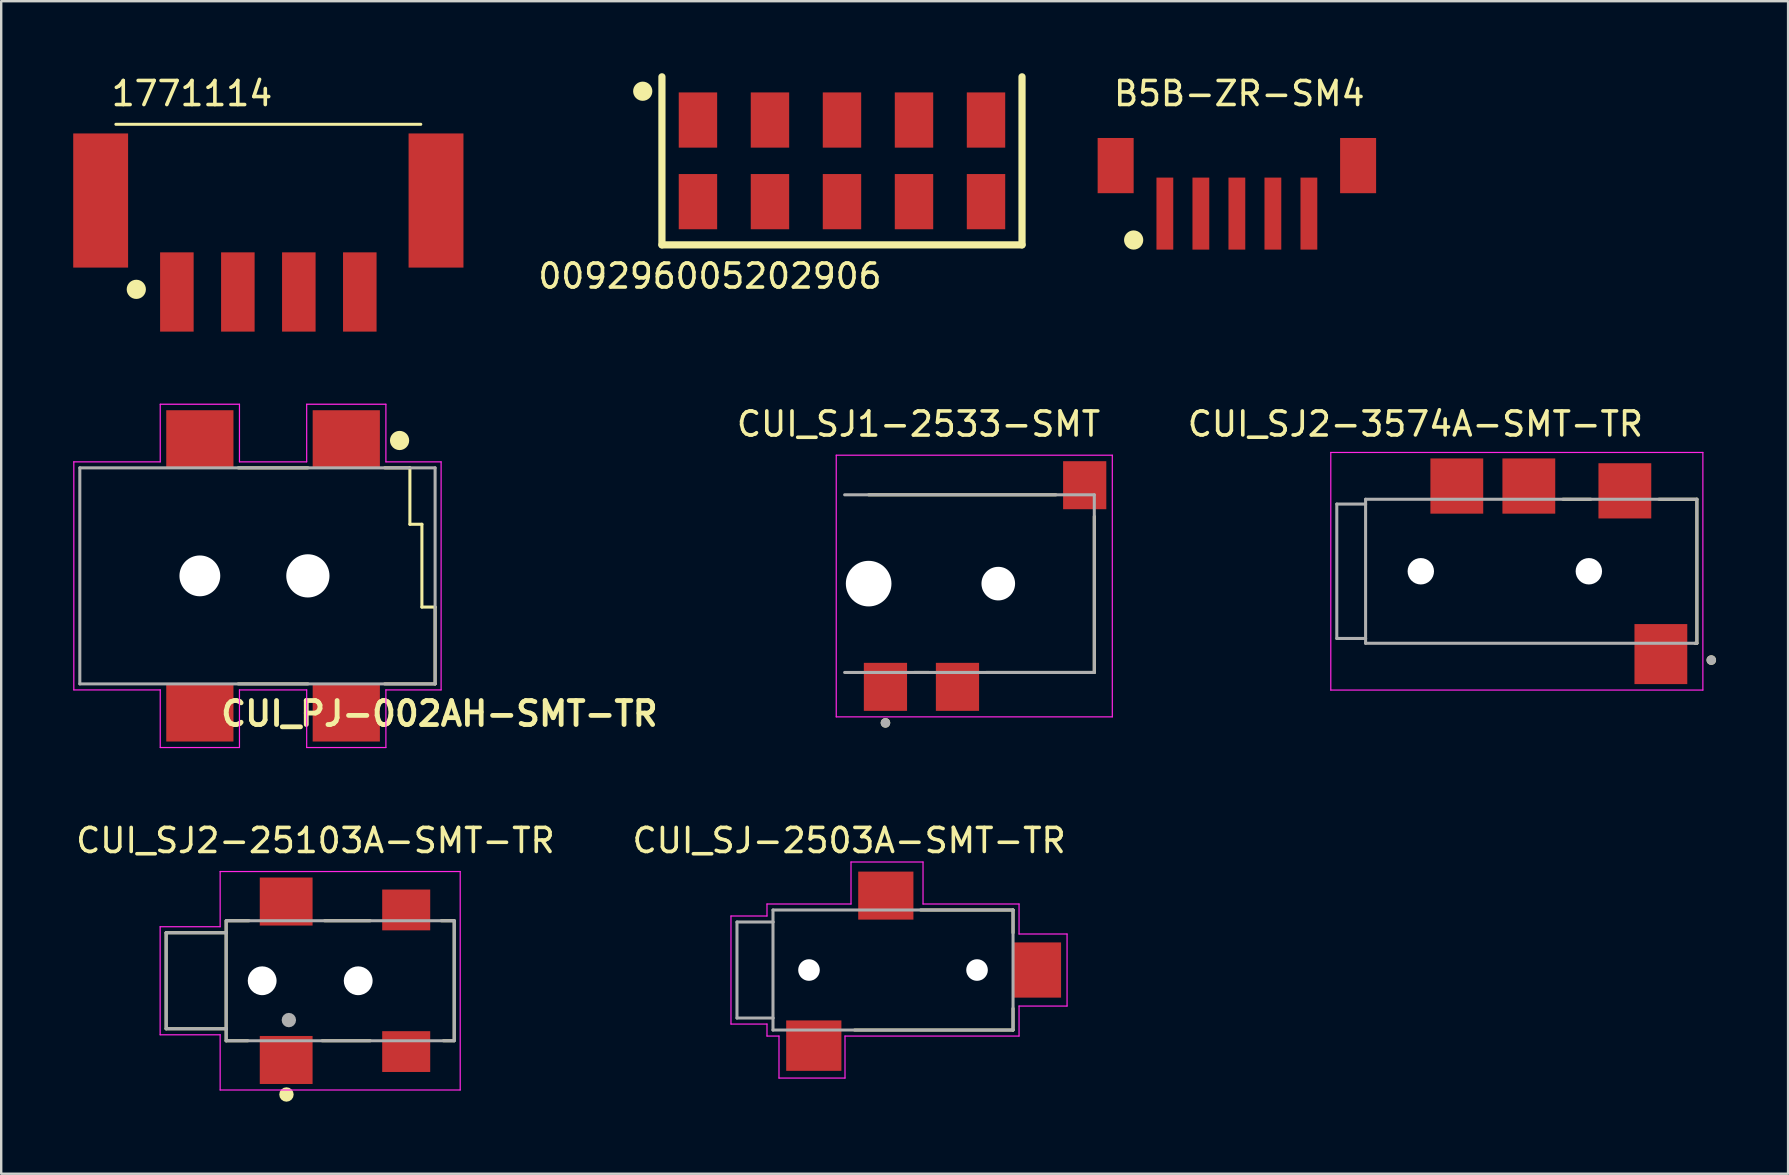
<source format=kicad_pcb>
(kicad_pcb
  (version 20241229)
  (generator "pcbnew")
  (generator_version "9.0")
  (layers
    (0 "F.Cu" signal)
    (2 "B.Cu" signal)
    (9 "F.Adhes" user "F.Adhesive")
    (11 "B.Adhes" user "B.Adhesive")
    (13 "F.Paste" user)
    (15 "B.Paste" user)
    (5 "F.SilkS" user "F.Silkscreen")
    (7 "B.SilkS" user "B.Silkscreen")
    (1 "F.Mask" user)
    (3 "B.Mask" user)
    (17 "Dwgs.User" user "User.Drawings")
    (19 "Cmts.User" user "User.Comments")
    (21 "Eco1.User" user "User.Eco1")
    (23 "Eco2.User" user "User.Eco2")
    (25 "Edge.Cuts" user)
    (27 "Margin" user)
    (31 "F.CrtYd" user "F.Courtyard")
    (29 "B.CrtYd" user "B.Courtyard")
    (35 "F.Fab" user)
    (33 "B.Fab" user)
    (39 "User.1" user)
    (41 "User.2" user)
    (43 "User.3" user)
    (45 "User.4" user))
  (footprint "009296005202906"
    (layer "F.Cu")
    (at 32.024 3.65)
    (property "Reference" "009296005202906" (at -5.5 4.8 0) (layer "F.SilkS") (effects (font (size 1 1) (thickness 0.15))))
    (attr smd)
    (fp_line (start -7.5 3.5) (end -7.5 -3.5) (stroke (width 0.3) (type solid)) (layer "F.SilkS"))
    (fp_line (start -7.5 3.5) (end 7.5 3.5) (stroke (width 0.3) (type solid)) (layer "F.SilkS"))
    (fp_line (start 7.5 3.5) (end 7.5 -3.5) (stroke (width 0.3) (type solid)) (layer "F.SilkS"))
    (fp_circle (center -8.3 -2.9) (end -8.1 -2.9) (stroke (width 0.4) (type solid)) (fill no) (layer "F.SilkS"))
    (pad "1" smd rect (at -6 -1.7) (size 1.6 2.3) (layers "F.Cu" "F.Mask" "F.Paste"))
    (pad "1" smd rect (at -6 1.7) (size 1.6 2.3) (layers "F.Cu" "F.Mask" "F.Paste"))
    (pad "2" smd rect (at -3 -1.7) (size 1.6 2.3) (layers "F.Cu" "F.Mask" "F.Paste"))
    (pad "2" smd rect (at -3 1.7) (size 1.6 2.3) (layers "F.Cu" "F.Mask" "F.Paste"))
    (pad "3" smd rect (at 0 -1.7) (size 1.6 2.3) (layers "F.Cu" "F.Mask" "F.Paste"))
    (pad "3" smd rect (at 0 1.7) (size 1.6 2.3) (layers "F.Cu" "F.Mask" "F.Paste"))
    (pad "4" smd rect (at 3 -1.7) (size 1.6 2.3) (layers "F.Cu" "F.Mask" "F.Paste"))
    (pad "4" smd rect (at 3 1.7) (size 1.6 2.3) (layers "F.Cu" "F.Mask" "F.Paste"))
    (pad "5" smd rect (at 6 -1.7) (size 1.6 2.3) (layers "F.Cu" "F.Mask" "F.Paste"))
    (pad "5" smd rect (at 6 1.7) (size 1.6 2.3) (layers "F.Cu" "F.Mask" "F.Paste")))
  (footprint "CUI_SJ2-3574A-SMT-TR"
    (layer "F.Cu")
    (at 60.136 20.747)
    (property "Reference" "CUI_SJ2-3574A-SMT-TR" (at -4.225 -6.135 0) (layer "F.SilkS") (effects (font (size 1 1) (thickness 0.15))))
    (attr smd)
    (fp_line (start 1.92 -3) (end 3.08 -3) (stroke (width 0.127) (type solid)) (layer "F.SilkS"))
    (fp_line (start 5.92 -3) (end 7.5 -3) (stroke (width 0.127) (type solid)) (layer "F.SilkS"))
    (fp_line (start 7.5 -3) (end 7.5 3) (stroke (width 0.127) (type solid)) (layer "F.SilkS"))
    (fp_line (start 7.5 3) (end 7.42 3) (stroke (width 0.127) (type solid)) (layer "F.SilkS"))
    (fp_circle (center 8.1 3.7) (end 8.2 3.7) (stroke (width 0.2) (type solid)) (fill no) (layer "F.SilkS"))
    (fp_line (start -7.75 -4.95) (end 7.75 -4.95) (stroke (width 0.05) (type solid)) (layer "F.CrtYd"))
    (fp_line (start -7.75 4.95) (end -7.75 -4.95) (stroke (width 0.05) (type solid)) (layer "F.CrtYd"))
    (fp_line (start 7.75 -4.95) (end 7.75 4.95) (stroke (width 0.05) (type solid)) (layer "F.CrtYd"))
    (fp_line (start 7.75 4.95) (end -7.75 4.95) (stroke (width 0.05) (type solid)) (layer "F.CrtYd"))
    (fp_line (start -7.5 -2.8) (end -7.5 2.8) (stroke (width 0.127) (type solid)) (layer "F.Fab"))
    (fp_line (start -7.5 2.8) (end -6.3 2.8) (stroke (width 0.127) (type solid)) (layer "F.Fab"))
    (fp_line (start -6.3 -3) (end 7.5 -3) (stroke (width 0.127) (type solid)) (layer "F.Fab"))
    (fp_line (start -6.3 -2.8) (end -7.5 -2.8) (stroke (width 0.127) (type solid)) (layer "F.Fab"))
    (fp_line (start -6.3 -2.8) (end -6.3 -3) (stroke (width 0.127) (type solid)) (layer "F.Fab"))
    (fp_line (start -6.3 2.8) (end -6.3 -2.8) (stroke (width 0.127) (type solid)) (layer "F.Fab"))
    (fp_line (start -6.3 3) (end -6.3 2.8) (stroke (width 0.127) (type solid)) (layer "F.Fab"))
    (fp_line (start 7.5 -3) (end 7.5 3) (stroke (width 0.127) (type solid)) (layer "F.Fab"))
    (fp_line (start 7.5 3) (end -6.3 3) (stroke (width 0.127) (type solid)) (layer "F.Fab"))
    (fp_circle (center 8.1 3.7) (end 8.2 3.7) (stroke (width 0.2) (type solid)) (fill no) (layer "F.Fab"))
    (pad "" np_thru_hole circle (at -4 0) (size 1.1 1.1) (drill 1.1) (layers "*.Cu" "*.Mask"))
    (pad "" np_thru_hole circle (at 3 0) (size 1.1 1.1) (drill 1.1) (layers "*.Cu" "*.Mask"))
    (pad "1" smd rect (at 6 3.45) (size 2.2 2.5) (layers "F.Cu" "F.Mask" "F.Paste"))
    (pad "2" smd rect (at 4.5 -3.35) (size 2.2 2.3) (layers "F.Cu" "F.Mask" "F.Paste"))
    (pad "3" smd rect (at 0.5 -3.55) (size 2.2 2.3) (layers "F.Cu" "F.Mask" "F.Paste"))
    (pad "4" smd rect (at -2.5 -3.55) (size 2.2 2.3) (layers "F.Cu" "F.Mask" "F.Paste")))
  (footprint "CUI_PJ-002AH-SMT-TR"
    (layer "F.Cu")
    (at 11.375 15.239)
    (property "Reference" "CUI_PJ-002AH-SMT-TR" (at 3.88 11.44 0) (layer "F.SilkS") (effects (font (size 1 1) (thickness 0.2))))
    (attr smd)
    (fp_line (start -4.5 10.2) (end -1.6 10.2) (stroke (width 0.127) (type solid)) (layer "F.SilkS"))
    (fp_line (start -1.6 1.2) (end -4.5 1.2) (stroke (width 0.127) (type solid)) (layer "F.SilkS"))
    (fp_line (start 1.6 10.2) (end 3.7 10.2) (stroke (width 0.127) (type solid)) (layer "F.SilkS"))
    (fp_line (start 2.65 1.2) (end 1.6 1.2) (stroke (width 0.127) (type solid)) (layer "F.SilkS"))
    (fp_line (start 2.65 3.55) (end 2.65 1.2) (stroke (width 0.127) (type solid)) (layer "F.SilkS"))
    (fp_line (start 3.15 3.55) (end 2.65 3.55) (stroke (width 0.127) (type solid)) (layer "F.SilkS"))
    (fp_line (start 3.15 7) (end 3.15 3.55) (stroke (width 0.127) (type solid)) (layer "F.SilkS"))
    (fp_line (start 3.7 7) (end 3.15 7) (stroke (width 0.127) (type solid)) (layer "F.SilkS"))
    (fp_line (start 3.7 10.2) (end 3.7 7) (stroke (width 0.127) (type solid)) (layer "F.SilkS"))
    (fp_circle (center 2.22 0.06) (end 2.42 0.06) (stroke (width 0.4) (type solid)) (fill no) (layer "F.SilkS"))
    (fp_line (start -11.35 0.95) (end -7.75 0.95) (stroke (width 0.05) (type solid)) (layer "F.CrtYd"))
    (fp_line (start -11.35 10.45) (end -11.35 0.95) (stroke (width 0.05) (type solid)) (layer "F.CrtYd"))
    (fp_line (start -7.75 -1.45) (end -4.45 -1.45) (stroke (width 0.05) (type solid)) (layer "F.CrtYd"))
    (fp_line (start -7.75 0.95) (end -7.75 -1.45) (stroke (width 0.05) (type solid)) (layer "F.CrtYd"))
    (fp_line (start -7.75 10.45) (end -11.35 10.45) (stroke (width 0.05) (type solid)) (layer "F.CrtYd"))
    (fp_line (start -7.75 12.85) (end -7.75 10.45) (stroke (width 0.05) (type solid)) (layer "F.CrtYd"))
    (fp_line (start -4.45 -1.45) (end -4.45 0.95) (stroke (width 0.05) (type solid)) (layer "F.CrtYd"))
    (fp_line (start -4.45 0.95) (end -1.65 0.95) (stroke (width 0.05) (type solid)) (layer "F.CrtYd"))
    (fp_line (start -4.45 10.45) (end -4.45 12.85) (stroke (width 0.05) (type solid)) (layer "F.CrtYd"))
    (fp_line (start -4.45 12.85) (end -7.75 12.85) (stroke (width 0.05) (type solid)) (layer "F.CrtYd"))
    (fp_line (start -1.65 -1.45) (end 1.65 -1.45) (stroke (width 0.05) (type solid)) (layer "F.CrtYd"))
    (fp_line (start -1.65 0.95) (end -1.65 -1.45) (stroke (width 0.05) (type solid)) (layer "F.CrtYd"))
    (fp_line (start -1.65 10.45) (end -4.45 10.45) (stroke (width 0.05) (type solid)) (layer "F.CrtYd"))
    (fp_line (start -1.65 12.85) (end -1.65 10.45) (stroke (width 0.05) (type solid)) (layer "F.CrtYd"))
    (fp_line (start 1.65 -1.45) (end 1.65 0.95) (stroke (width 0.05) (type solid)) (layer "F.CrtYd"))
    (fp_line (start 1.65 0.95) (end 3.95 0.95) (stroke (width 0.05) (type solid)) (layer "F.CrtYd"))
    (fp_line (start 1.65 10.45) (end 1.65 12.85) (stroke (width 0.05) (type solid)) (layer "F.CrtYd"))
    (fp_line (start 1.65 12.85) (end -1.65 12.85) (stroke (width 0.05) (type solid)) (layer "F.CrtYd"))
    (fp_line (start 3.95 0.95) (end 3.95 10.45) (stroke (width 0.05) (type solid)) (layer "F.CrtYd"))
    (fp_line (start 3.95 10.45) (end 1.65 10.45) (stroke (width 0.05) (type solid)) (layer "F.CrtYd"))
    (fp_line (start -11.1 1.2) (end -11.1 10.2) (stroke (width 0.127) (type solid)) (layer "F.Fab"))
    (fp_line (start -11.1 10.2) (end 3.7 10.2) (stroke (width 0.127) (type solid)) (layer "F.Fab"))
    (fp_line (start 3.7 1.2) (end -11.1 1.2) (stroke (width 0.127) (type solid)) (layer "F.Fab"))
    (fp_line (start 3.7 10.2) (end 3.7 1.2) (stroke (width 0.127) (type solid)) (layer "F.Fab"))
    (pad "" np_thru_hole circle (at -6.1 5.7) (size 1.7 1.7) (drill 1.7) (layers "*.Cu" "*.Mask"))
    (pad "" np_thru_hole circle (at -1.6 5.7) (size 1.8 1.8) (drill 1.8) (layers "*.Cu" "*.Mask"))
    (pad "1A" smd rect (at 0 0) (size 2.8 2.4) (layers "F.Cu" "F.Mask" "F.Paste"))
    (pad "1B" smd rect (at -6.1 0) (size 2.8 2.4) (layers "F.Cu" "F.Mask" "F.Paste"))
    (pad "2" smd rect (at -6.1 11.4) (size 2.8 2.4) (layers "F.Cu" "F.Mask" "F.Paste"))
    (pad "3" smd rect (at 0 11.4) (size 2.8 2.4) (layers "F.Cu" "F.Mask" "F.Paste")))
  (footprint "B5B-ZR-SM4"
    (layer "F.Cu")
    (at 48.474 3.848)
    (property "Reference" "B5B-ZR-SM4" (at 0.1 -3 0) (layer "F.SilkS") (effects (font (size 1 1) (thickness 0.15))))
    (attr smd)
    (fp_circle (center -4.3 3.1) (end -4.1 3.1) (stroke (width 0.4) (type solid)) (fill no) (layer "F.SilkS"))
    (pad "0" smd rect (at -5.05 0) (size 1.5 2.3) (layers "F.Cu" "F.Mask" "F.Paste"))
    (pad "0" smd rect (at 5.05 0) (size 1.5 2.3) (layers "F.Cu" "F.Mask" "F.Paste"))
    (pad "1" smd rect (at -3 2) (size 0.7 3) (layers "F.Cu" "F.Mask" "F.Paste"))
    (pad "2" smd rect (at -1.5 2) (size 0.7 3) (layers "F.Cu" "F.Mask" "F.Paste"))
    (pad "3" smd rect (at 0 2) (size 0.7 3) (layers "F.Cu" "F.Mask" "F.Paste"))
    (pad "4" smd rect (at 1.5 2) (size 0.7 3) (layers "F.Cu" "F.Mask" "F.Paste"))
    (pad "5" smd rect (at 3 2) (size 0.7 3) (layers "F.Cu" "F.Mask" "F.Paste")))
  (footprint "1771114"
    (layer "F.Cu")
    (at 8.128 5.303)
    (property "Reference" "1771114" (at -3.181 -4.454 0) (layer "F.SilkS") (effects (font (size 1.002 1.002) (thickness 0.15))))
    (attr smd)
    (fp_line (start -6.35 -3.175) (end 6.35 -3.175) (stroke (width 0.127) (type solid)) (layer "F.SilkS"))
    (fp_circle (center -5.5 3.7) (end -5.3 3.7) (stroke (width 0.4) (type solid)) (fill no) (layer "F.SilkS"))
    (pad "1" smd rect (at -3.81 3.81) (size 1.397 3.302) (layers "F.Cu" "F.Mask" "F.Paste"))
    (pad "2" smd rect (at -1.27 3.81) (size 1.397 3.302) (layers "F.Cu" "F.Mask" "F.Paste"))
    (pad "3" smd rect (at 1.27 3.81) (size 1.397 3.302) (layers "F.Cu" "F.Mask" "F.Paste"))
    (pad "4" smd rect (at 3.81 3.81) (size 1.397 3.302) (layers "F.Cu" "F.Mask" "F.Paste"))
    (pad "P$1" smd rect (at -6.985 0) (size 2.286 5.588) (layers "F.Cu" "F.Mask" "F.Paste"))
    (pad "P$2" smd rect (at 6.985 0) (size 2.286 5.588) (layers "F.Cu" "F.Mask" "F.Paste")))
  (footprint "CUI_SJ1-2533-SMT"
    (layer "F.Cu")
    (at 33.135 21.262)
    (property "Reference" "CUI_SJ1-2533-SMT" (at 2.079 -6.648 0) (layer "F.SilkS") (effects (font (size 1.002 1.002) (thickness 0.15))))
    (attr smd)
    (fp_line (start 0 -3.7) (end 7.8 -3.7) (stroke (width 0.127) (type solid)) (layer "F.SilkS"))
    (fp_line (start 1.9 3.7) (end 2.5 3.7) (stroke (width 0.127) (type solid)) (layer "F.SilkS"))
    (fp_line (start 9.4 -2.8) (end 9.4 3.7) (stroke (width 0.127) (type solid)) (layer "F.SilkS"))
    (fp_line (start 9.4 3.7) (end 4.9 3.7) (stroke (width 0.127) (type solid)) (layer "F.SilkS"))
    (fp_circle (center 0.7 5.8) (end 0.8 5.8) (stroke (width 0.2) (type solid)) (fill no) (layer "F.SilkS"))
    (fp_line (start -1.35 -5.35) (end 10.15 -5.35) (stroke (width 0.05) (type solid)) (layer "F.CrtYd"))
    (fp_line (start -1.35 5.55) (end -1.35 -5.35) (stroke (width 0.05) (type solid)) (layer "F.CrtYd"))
    (fp_line (start 10.15 -5.35) (end 10.15 5.55) (stroke (width 0.05) (type solid)) (layer "F.CrtYd"))
    (fp_line (start 10.15 5.55) (end -1.35 5.55) (stroke (width 0.05) (type solid)) (layer "F.CrtYd"))
    (fp_line (start -1 -3.7) (end 9.4 -3.7) (stroke (width 0.127) (type solid)) (layer "F.Fab"))
    (fp_line (start 9.4 -3.7) (end 9.4 3.7) (stroke (width 0.127) (type solid)) (layer "F.Fab"))
    (fp_line (start 9.4 3.7) (end -1 3.7) (stroke (width 0.127) (type solid)) (layer "F.Fab"))
    (fp_circle (center 0.7 5.8) (end 0.8 5.8) (stroke (width 0.2) (type solid)) (fill no) (layer "F.Fab"))
    (pad "" np_thru_hole circle (at 0 0) (size 1.9 1.9) (drill 1.9) (layers "*.Cu" "*.Mask"))
    (pad "" np_thru_hole circle (at 5.4 0) (size 1.4 1.4) (drill 1.4) (layers "*.Cu" "*.Mask"))
    (pad "1" smd rect (at 0.7 4.3) (size 1.8 2) (layers "F.Cu" "F.Mask" "F.Paste"))
    (pad "2" smd rect (at 9 -4.1) (size 1.8 2) (layers "F.Cu" "F.Mask" "F.Paste"))
    (pad "3" smd rect (at 3.7 4.3) (size 1.8 2) (layers "F.Cu" "F.Mask" "F.Paste")))
  (footprint "CUI_SJ-2503A-SMT-TR"
    (layer "F.Cu")
    (at 34.15 37.358)
    (property "Reference" "CUI_SJ-2503A-SMT-TR" (at -1.828 -5.395 0) (layer "F.SilkS") (effects (font (size 1.002 1.002) (thickness 0.15))))
    (attr smd)
    (fp_line (start -1.6 2.5) (end 5 2.5) (stroke (width 0.127) (type solid)) (layer "F.SilkS"))
    (fp_line (start 5 -2.5) (end 1.15 -2.5) (stroke (width 0.127) (type solid)) (layer "F.SilkS"))
    (fp_line (start 5 -1.55) (end 5 -2.5) (stroke (width 0.127) (type solid)) (layer "F.SilkS"))
    (fp_line (start 5 2.5) (end 5 1.6) (stroke (width 0.127) (type solid)) (layer "F.SilkS"))
    (fp_line (start -6.75 -2.25) (end -5.25 -2.25) (stroke (width 0.05) (type solid)) (layer "F.CrtYd"))
    (fp_line (start -6.75 2.25) (end -6.75 -2.25) (stroke (width 0.05) (type solid)) (layer "F.CrtYd"))
    (fp_line (start -5.25 -2.75) (end -1.75 -2.75) (stroke (width 0.05) (type solid)) (layer "F.CrtYd"))
    (fp_line (start -5.25 -2.25) (end -5.25 -2.75) (stroke (width 0.05) (type solid)) (layer "F.CrtYd"))
    (fp_line (start -5.25 2.25) (end -6.75 2.25) (stroke (width 0.05) (type solid)) (layer "F.CrtYd"))
    (fp_line (start -5.25 2.75) (end -5.25 2.25) (stroke (width 0.05) (type solid)) (layer "F.CrtYd"))
    (fp_line (start -4.75 2.75) (end -5.25 2.75) (stroke (width 0.05) (type solid)) (layer "F.CrtYd"))
    (fp_line (start -4.75 4.5) (end -4.75 2.75) (stroke (width 0.05) (type solid)) (layer "F.CrtYd"))
    (fp_line (start -2 2.75) (end -2 4.5) (stroke (width 0.05) (type solid)) (layer "F.CrtYd"))
    (fp_line (start -2 4.5) (end -4.75 4.5) (stroke (width 0.05) (type solid)) (layer "F.CrtYd"))
    (fp_line (start -1.75 -4.5) (end 1.25 -4.5) (stroke (width 0.05) (type solid)) (layer "F.CrtYd"))
    (fp_line (start -1.75 -2.75) (end -1.75 -4.5) (stroke (width 0.05) (type solid)) (layer "F.CrtYd"))
    (fp_line (start 1.25 -4.5) (end 1.25 -2.75) (stroke (width 0.05) (type solid)) (layer "F.CrtYd"))
    (fp_line (start 1.25 -2.75) (end 5.25 -2.75) (stroke (width 0.05) (type solid)) (layer "F.CrtYd"))
    (fp_line (start 5.25 -2.75) (end 5.25 -1.5) (stroke (width 0.05) (type solid)) (layer "F.CrtYd"))
    (fp_line (start 5.25 -1.5) (end 7.25 -1.5) (stroke (width 0.05) (type solid)) (layer "F.CrtYd"))
    (fp_line (start 5.25 1.5) (end 5.25 2.75) (stroke (width 0.05) (type solid)) (layer "F.CrtYd"))
    (fp_line (start 5.25 2.75) (end -2 2.75) (stroke (width 0.05) (type solid)) (layer "F.CrtYd"))
    (fp_line (start 7.25 -1.5) (end 7.25 1.5) (stroke (width 0.05) (type solid)) (layer "F.CrtYd"))
    (fp_line (start 7.25 1.5) (end 5.25 1.5) (stroke (width 0.05) (type solid)) (layer "F.CrtYd"))
    (fp_line (start -6.5 -2) (end -6.5 2) (stroke (width 0.127) (type solid)) (layer "F.Fab"))
    (fp_line (start -6.5 2) (end -5 2) (stroke (width 0.127) (type solid)) (layer "F.Fab"))
    (fp_line (start -5 -2.5) (end 5 -2.5) (stroke (width 0.127) (type solid)) (layer "F.Fab"))
    (fp_line (start -5 -2) (end -6.5 -2) (stroke (width 0.127) (type solid)) (layer "F.Fab"))
    (fp_line (start -5 -2) (end -5 -2.5) (stroke (width 0.127) (type solid)) (layer "F.Fab"))
    (fp_line (start -5 2) (end -5 -2) (stroke (width 0.127) (type solid)) (layer "F.Fab"))
    (fp_line (start -5 2.5) (end -5 2) (stroke (width 0.127) (type solid)) (layer "F.Fab"))
    (fp_line (start 5 -2.5) (end 5 2.5) (stroke (width 0.127) (type solid)) (layer "F.Fab"))
    (fp_line (start 5 2.5) (end -5 2.5) (stroke (width 0.127) (type solid)) (layer "F.Fab"))
    (pad "" np_thru_hole circle (at -3.5 0) (size 0.9 0.9) (drill 0.9) (layers "*.Cu" "*.Mask"))
    (pad "" np_thru_hole circle (at 3.5 0) (size 0.9 0.9) (drill 0.9) (layers "*.Cu" "*.Mask"))
    (pad "2" smd rect (at 6 0) (size 2 2.3) (layers "F.Cu" "F.Mask" "F.Paste"))
    (pad "3" smd rect (at -0.3 -3.1) (size 2.3 2) (layers "F.Cu" "F.Mask" "F.Paste"))
    (pad "4" smd rect (at -3.3 3.15) (size 2.3 2.1) (layers "F.Cu" "F.Mask" "F.Paste")))
  (footprint "CUI_SJ2-25103A-SMT-TR"
    (layer "F.Cu")
    (at 9.871 37.805)
    (property "Reference" "CUI_SJ2-25103A-SMT-TR" (at 0.219 -5.842 0) (layer "F.SilkS") (effects (font (size 1.001 1.001) (thickness 0.15))))
    (attr smd)
    (fp_line (start -6 -2) (end -6 2) (stroke (width 0.127) (type solid)) (layer "F.SilkS"))
    (fp_line (start -6 2) (end -3.5 2) (stroke (width 0.127) (type solid)) (layer "F.SilkS"))
    (fp_line (start -3.5 -2) (end -6 -2) (stroke (width 0.127) (type solid)) (layer "F.SilkS"))
    (fp_line (start -3.5 -2) (end -3.5 -2.5) (stroke (width 0.127) (type solid)) (layer "F.SilkS"))
    (fp_line (start -3.5 2) (end -3.5 -2) (stroke (width 0.127) (type solid)) (layer "F.SilkS"))
    (fp_line (start -3.5 2.5) (end -3.5 2) (stroke (width 0.127) (type solid)) (layer "F.SilkS"))
    (fp_line (start -3.5 2.5) (end -2.6 2.5) (stroke (width 0.127) (type solid)) (layer "F.SilkS"))
    (fp_line (start -3.45 -2.5) (end -2.55 -2.5) (stroke (width 0.127) (type solid)) (layer "F.SilkS"))
    (fp_line (start 0.5 2.5) (end 2.5 2.5) (stroke (width 0.127) (type solid)) (layer "F.SilkS"))
    (fp_line (start 0.6 -2.5) (end 2.5 -2.5) (stroke (width 0.127) (type solid)) (layer "F.SilkS"))
    (fp_line (start 5.463 -2.5) (end 6 -2.5) (stroke (width 0.127) (type solid)) (layer "F.SilkS"))
    (fp_line (start 5.55 2.5) (end 6 2.5) (stroke (width 0.127) (type solid)) (layer "F.SilkS"))
    (fp_line (start 6 -2.5) (end 6 2.45) (stroke (width 0.127) (type solid)) (layer "F.SilkS"))
    (fp_circle (center -0.988 4.738) (end -0.838 4.738) (stroke (width 0.3) (type solid)) (fill no) (layer "F.SilkS"))
    (fp_line (start -6.25 -2.25) (end -3.75 -2.25) (stroke (width 0.05) (type solid)) (layer "F.CrtYd"))
    (fp_line (start -6.25 2.25) (end -6.25 -2.25) (stroke (width 0.05) (type solid)) (layer "F.CrtYd"))
    (fp_line (start -3.75 -4.55) (end 6.25 -4.55) (stroke (width 0.05) (type solid)) (layer "F.CrtYd"))
    (fp_line (start -3.75 -2.25) (end -3.75 -4.55) (stroke (width 0.05) (type solid)) (layer "F.CrtYd"))
    (fp_line (start -3.75 2.25) (end -6.25 2.25) (stroke (width 0.05) (type solid)) (layer "F.CrtYd"))
    (fp_line (start -3.75 4.55) (end -3.75 2.25) (stroke (width 0.05) (type solid)) (layer "F.CrtYd"))
    (fp_line (start 6.25 -4.55) (end 6.25 4.55) (stroke (width 0.05) (type solid)) (layer "F.CrtYd"))
    (fp_line (start 6.25 4.55) (end -3.75 4.55) (stroke (width 0.05) (type solid)) (layer "F.CrtYd"))
    (fp_line (start -6 -2) (end -6 2) (stroke (width 0.127) (type solid)) (layer "F.Fab"))
    (fp_line (start -6 2) (end -3.5 2) (stroke (width 0.127) (type solid)) (layer "F.Fab"))
    (fp_line (start -3.5 -2.5) (end 6 -2.5) (stroke (width 0.127) (type solid)) (layer "F.Fab"))
    (fp_line (start -3.5 -2) (end -6 -2) (stroke (width 0.127) (type solid)) (layer "F.Fab"))
    (fp_line (start -3.5 -2) (end -3.5 -2.5) (stroke (width 0.127) (type solid)) (layer "F.Fab"))
    (fp_line (start -3.5 2) (end -3.5 -2) (stroke (width 0.127) (type solid)) (layer "F.Fab"))
    (fp_line (start -3.5 2.5) (end -3.5 2) (stroke (width 0.127) (type solid)) (layer "F.Fab"))
    (fp_line (start 6 -2.5) (end 6 2.5) (stroke (width 0.127) (type solid)) (layer "F.Fab"))
    (fp_line (start 6 2.5) (end -3.5 2.5) (stroke (width 0.127) (type solid)) (layer "F.Fab"))
    (fp_circle (center -0.888 1.638) (end -0.738 1.638) (stroke (width 0.3) (type solid)) (fill no) (layer "F.Fab"))
    (pad "" np_thru_hole circle (at -2 0) (size 1.2 1.2) (drill 1.2) (layers "*.Cu" "*.Mask"))
    (pad "" np_thru_hole circle (at 2 0) (size 1.2 1.2) (drill 1.2) (layers "*.Cu" "*.Mask"))
    (pad "1" smd rect (at -1 3.3) (size 2.2 2) (layers "F.Cu" "F.Mask" "F.Paste"))
    (pad "1.1" smd rect (at -1 -3.3) (size 2.2 2) (layers "F.Cu" "F.Mask" "F.Paste"))
    (pad "2" smd rect (at 4 2.95) (size 2 1.7) (layers "F.Cu" "F.Mask" "F.Paste"))
    (pad "3" smd rect (at 4 -2.95) (size 2 1.7) (layers "F.Cu" "F.Mask" "F.Paste")))
  (gr_rect
    (start -3 -3)
    (end 71.436 45.843)
    (stroke (width 0.1) (type default))
    (fill no)
    (layer "Edge.Cuts")))
</source>
